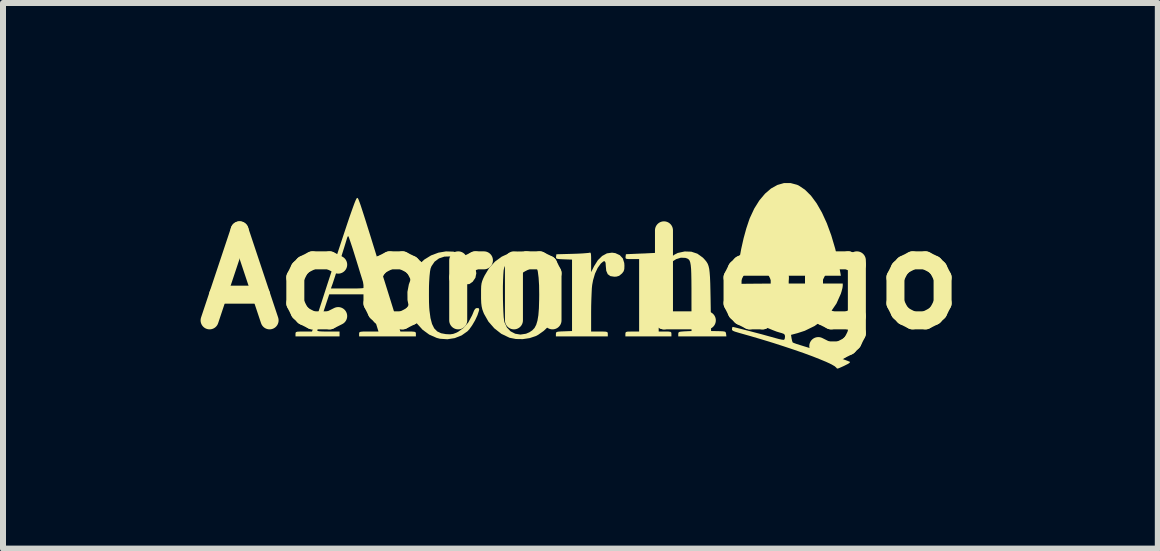
<source format=kicad_pcb>
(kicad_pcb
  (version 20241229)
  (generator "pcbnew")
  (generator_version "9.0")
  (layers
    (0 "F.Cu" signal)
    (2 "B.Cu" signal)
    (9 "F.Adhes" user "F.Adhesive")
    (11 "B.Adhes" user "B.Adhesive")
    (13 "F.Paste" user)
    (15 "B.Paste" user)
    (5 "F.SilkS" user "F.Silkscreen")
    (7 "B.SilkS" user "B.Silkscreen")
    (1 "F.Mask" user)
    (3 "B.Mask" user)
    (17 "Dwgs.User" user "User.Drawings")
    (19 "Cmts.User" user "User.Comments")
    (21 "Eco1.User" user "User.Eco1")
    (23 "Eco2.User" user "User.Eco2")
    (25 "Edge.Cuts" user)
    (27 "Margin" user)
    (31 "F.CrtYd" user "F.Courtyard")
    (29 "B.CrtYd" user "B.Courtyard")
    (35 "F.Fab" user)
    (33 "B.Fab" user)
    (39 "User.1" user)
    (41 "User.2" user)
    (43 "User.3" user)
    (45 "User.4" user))
  (footprint "Acorn Logo"
    (layer "F.Cu")
    (at 6.621 1.61)
    (property "Reference" "Acorn Logo" (at 0 0 0) (layer "F.SilkS") (effects (font (size 1.5 1.5) (thickness 0.3))))
    (attr board_only exclude_from_pos_files exclude_from_bom)
    (fp_poly (pts (xy 3.61 -1.581) (xy 3.639 -1.568) (xy 3.742 -1.499) (xy 3.842 -1.4) (xy 3.936 -1.273) (xy 4.025 -1.118) (xy 4.107 -0.939) (xy 4.181 -0.737) (xy 4.247 -0.514) (xy 4.303 -0.272) (xy 4.33 -0.126) (xy 4.341 -0.065) (xy 3.476 -0.065) (xy 2.611 -0.065) (xy 2.62 -0.143) (xy 2.646 -0.327) (xy 2.68 -0.512) (xy 2.72 -0.69) (xy 2.765 -0.854) (xy 2.812 -0.995) (xy 2.823 -1.025) (xy 2.897 -1.184) (xy 2.982 -1.32) (xy 3.076 -1.432) (xy 3.177 -1.519) (xy 3.283 -1.578) (xy 3.391 -1.609) (xy 3.501 -1.61)) (stroke (width 0) (type solid)) (fill yes) (layer "F.SilkS"))
    (fp_poly (pts (xy 0.172 -0.443) (xy 0.177 -0.418) (xy 0.179 -0.372) (xy 0.179 -0.299) (xy 0.179 -0.293) (xy 0.179 -0.125) (xy 0.229 -0.225) (xy 0.291 -0.324) (xy 0.363 -0.395) (xy 0.442 -0.438) (xy 0.527 -0.45) (xy 0.583 -0.442) (xy 0.657 -0.408) (xy 0.707 -0.354) (xy 0.731 -0.278) (xy 0.734 -0.234) (xy 0.732 -0.177) (xy 0.721 -0.14) (xy 0.697 -0.107) (xy 0.686 -0.097) (xy 0.646 -0.064) (xy 0.602 -0.051) (xy 0.565 -0.049) (xy 0.5 -0.059) (xy 0.456 -0.091) (xy 0.431 -0.148) (xy 0.424 -0.222) (xy 0.42 -0.28) (xy 0.407 -0.307) (xy 0.383 -0.304) (xy 0.345 -0.272) (xy 0.338 -0.265) (xy 0.288 -0.195) (xy 0.244 -0.101) (xy 0.212 0.007) (xy 0.197 0.087) (xy 0.191 0.144) (xy 0.187 0.227) (xy 0.183 0.326) (xy 0.18 0.434) (xy 0.179 0.54) (xy 0.179 0.865) (xy 0.318 0.865) (xy 0.385 0.865) (xy 0.426 0.867) (xy 0.448 0.874) (xy 0.456 0.886) (xy 0.457 0.905) (xy 0.457 0.946) (xy 0.024 0.946) (xy -0.408 0.946) (xy -0.408 0.906) (xy -0.406 0.886) (xy -0.397 0.874) (xy -0.374 0.867) (xy -0.33 0.863) (xy -0.273 0.861) (xy -0.139 0.856) (xy -0.139 0.261) (xy -0.139 -0.334) (xy -0.274 -0.339) (xy -0.34 -0.342) (xy -0.38 -0.346) (xy -0.4 -0.353) (xy -0.406 -0.366) (xy -0.405 -0.383) (xy -0.4 -0.423) (xy -0.139 -0.43) (xy -0.048 -0.433) (xy 0.033 -0.437) (xy 0.097 -0.442) (xy 0.139 -0.446) (xy 0.151 -0.449) (xy 0.164 -0.451)) (stroke (width 0) (type solid)) (fill yes) (layer "F.SilkS"))
    (fp_poly (pts (xy -2.117 -0.467) (xy -2.002 -0.437) (xy -1.9 -0.382) (xy -1.859 -0.348) (xy -1.789 -0.268) (xy -1.747 -0.186) (xy -1.734 -0.106) (xy -1.749 -0.032) (xy -1.794 0.034) (xy -1.794 0.035) (xy -1.85 0.073) (xy -1.911 0.079) (xy -1.974 0.054) (xy -2.027 0.007) (xy -2.052 -0.055) (xy -2.048 -0.127) (xy -2.015 -0.205) (xy -1.993 -0.251) (xy -1.983 -0.288) (xy -1.983 -0.3) (xy -2.014 -0.337) (xy -2.07 -0.366) (xy -2.146 -0.385) (xy -2.163 -0.387) (xy -2.266 -0.384) (xy -2.356 -0.354) (xy -2.429 -0.3) (xy -2.481 -0.224) (xy -2.497 -0.183) (xy -2.506 -0.132) (xy -2.514 -0.056) (xy -2.52 0.039) (xy -2.524 0.145) (xy -2.525 0.256) (xy -2.523 0.363) (xy -2.519 0.461) (xy -2.515 0.511) (xy -2.498 0.639) (xy -2.472 0.738) (xy -2.436 0.811) (xy -2.386 0.862) (xy -2.321 0.893) (xy -2.239 0.908) (xy -2.233 0.908) (xy -2.169 0.911) (xy -2.12 0.904) (xy -2.071 0.886) (xy -2.039 0.87) (xy -1.946 0.804) (xy -1.867 0.712) (xy -1.805 0.596) (xy -1.793 0.568) (xy -1.771 0.514) (xy -1.752 0.485) (xy -1.731 0.474) (xy -1.719 0.473) (xy -1.692 0.477) (xy -1.686 0.496) (xy -1.69 0.518) (xy -1.715 0.593) (xy -1.754 0.677) (xy -1.802 0.759) (xy -1.851 0.828) (xy -1.881 0.86) (xy -1.979 0.929) (xy -2.093 0.974) (xy -2.215 0.993) (xy -2.338 0.985) (xy -2.393 0.971) (xy -2.518 0.916) (xy -2.629 0.835) (xy -2.723 0.731) (xy -2.799 0.611) (xy -2.853 0.479) (xy -2.881 0.339) (xy -2.882 0.204) (xy -2.858 0.078) (xy -2.812 -0.047) (xy -2.75 -0.165) (xy -2.674 -0.266) (xy -2.603 -0.333) (xy -2.488 -0.404) (xy -2.365 -0.45) (xy -2.24 -0.471)) (stroke (width 0) (type solid)) (fill yes) (layer "F.SilkS"))
    (fp_poly (pts (xy -0.787 -0.442) (xy -0.694 -0.404) (xy -0.616 -0.352) (xy -0.535 -0.28) (xy -0.46 -0.195) (xy -0.401 -0.107) (xy -0.39 -0.086) (xy -0.368 -0.041) (xy -0.352 -0.005) (xy -0.343 0.031) (xy -0.337 0.074) (xy -0.335 0.133) (xy -0.335 0.213) (xy -0.335 0.244) (xy -0.335 0.334) (xy -0.337 0.399) (xy -0.341 0.447) (xy -0.35 0.486) (xy -0.364 0.524) (xy -0.384 0.569) (xy -0.387 0.576) (xy -0.445 0.673) (xy -0.522 0.769) (xy -0.611 0.854) (xy -0.703 0.919) (xy -0.743 0.94) (xy -0.845 0.974) (xy -0.96 0.991) (xy -1.074 0.989) (xy -1.177 0.969) (xy -1.187 0.965) (xy -1.318 0.902) (xy -1.434 0.811) (xy -1.532 0.699) (xy -1.606 0.569) (xy -1.617 0.542) (xy -1.634 0.495) (xy -1.645 0.447) (xy -1.652 0.39) (xy -1.655 0.316) (xy -1.655 0.253) (xy -1.655 0.219) (xy -1.291 0.219) (xy -1.29 0.332) (xy -1.287 0.442) (xy -1.283 0.541) (xy -1.278 0.624) (xy -1.27 0.686) (xy -1.265 0.71) (xy -1.224 0.797) (xy -1.163 0.861) (xy -1.086 0.901) (xy -0.999 0.915) (xy -0.906 0.901) (xy -0.848 0.876) (xy -0.802 0.845) (xy -0.764 0.805) (xy -0.736 0.752) (xy -0.715 0.682) (xy -0.7 0.592) (xy -0.691 0.478) (xy -0.687 0.337) (xy -0.686 0.253) (xy -0.688 0.096) (xy -0.696 -0.032) (xy -0.709 -0.134) (xy -0.728 -0.214) (xy -0.756 -0.275) (xy -0.792 -0.32) (xy -0.838 -0.352) (xy -0.855 -0.36) (xy -0.948 -0.387) (xy -1.041 -0.387) (xy -1.126 -0.36) (xy -1.198 -0.31) (xy -1.252 -0.239) (xy -1.271 -0.194) (xy -1.279 -0.152) (xy -1.284 -0.084) (xy -1.288 0.005) (xy -1.291 0.108) (xy -1.291 0.219) (xy -1.655 0.219) (xy -1.655 0.169) (xy -1.653 0.109) (xy -1.647 0.063) (xy -1.636 0.023) (xy -1.619 -0.02) (xy -1.597 -0.066) (xy -1.52 -0.195) (xy -1.423 -0.301) (xy -1.311 -0.383) (xy -1.188 -0.44) (xy -1.057 -0.469) (xy -0.922 -0.471)) (stroke (width 0) (type solid)) (fill yes) (layer "F.SilkS"))
    (fp_poly (pts (xy 4.372 0.103) (xy 4.367 0.139) (xy 4.353 0.193) (xy 4.34 0.235) (xy 4.267 0.398) (xy 4.168 0.543) (xy 4.045 0.669) (xy 3.901 0.773) (xy 3.739 0.852) (xy 3.619 0.891) (xy 3.51 0.92) (xy 3.519 0.978) (xy 3.528 1.019) (xy 3.537 1.045) (xy 3.538 1.046) (xy 3.557 1.055) (xy 3.6 1.071) (xy 3.661 1.09) (xy 3.719 1.108) (xy 3.807 1.135) (xy 3.906 1.167) (xy 4.01 1.201) (xy 4.115 1.235) (xy 4.216 1.27) (xy 4.308 1.301) (xy 4.387 1.329) (xy 4.447 1.351) (xy 4.484 1.366) (xy 4.493 1.371) (xy 4.487 1.385) (xy 4.455 1.406) (xy 4.403 1.432) (xy 4.398 1.435) (xy 4.338 1.462) (xy 4.303 1.477) (xy 4.283 1.482) (xy 4.274 1.479) (xy 4.267 1.47) (xy 4.266 1.468) (xy 4.238 1.443) (xy 4.181 1.41) (xy 4.098 1.371) (xy 3.992 1.327) (xy 3.866 1.277) (xy 3.722 1.224) (xy 3.563 1.169) (xy 3.392 1.112) (xy 3.212 1.054) (xy 3.026 0.997) (xy 2.836 0.941) (xy 2.645 0.887) (xy 2.635 0.884) (xy 2.575 0.866) (xy 2.541 0.852) (xy 2.527 0.837) (xy 2.526 0.822) (xy 2.532 0.795) (xy 2.535 0.788) (xy 2.551 0.79) (xy 2.594 0.8) (xy 2.657 0.816) (xy 2.736 0.836) (xy 2.826 0.859) (xy 2.921 0.884) (xy 3.017 0.909) (xy 3.107 0.934) (xy 3.187 0.956) (xy 3.244 0.972) (xy 3.307 0.989) (xy 3.358 1) (xy 3.39 1.003) (xy 3.395 1.002) (xy 3.406 0.981) (xy 3.41 0.948) (xy 3.406 0.921) (xy 3.391 0.904) (xy 3.357 0.891) (xy 3.324 0.882) (xy 3.271 0.866) (xy 3.201 0.839) (xy 3.124 0.807) (xy 3.083 0.787) (xy 2.931 0.699) (xy 2.804 0.59) (xy 2.703 0.462) (xy 2.653 0.373) (xy 2.625 0.306) (xy 2.601 0.236) (xy 2.582 0.171) (xy 2.572 0.116) (xy 2.571 0.081) (xy 2.574 0.074) (xy 2.592 0.072) (xy 2.639 0.071) (xy 2.713 0.069) (xy 2.81 0.068) (xy 2.928 0.067) (xy 3.064 0.066) (xy 3.214 0.066) (xy 3.377 0.065) (xy 3.477 0.065) (xy 4.372 0.065)) (stroke (width 0) (type solid)) (fill yes) (layer "F.SilkS"))
    (fp_poly (pts (xy 1.849 -0.466) (xy 1.949 -0.433) (xy 2.037 -0.37) (xy 2.051 -0.357) (xy 2.08 -0.325) (xy 2.103 -0.296) (xy 2.122 -0.264) (xy 2.136 -0.226) (xy 2.147 -0.179) (xy 2.154 -0.118) (xy 2.16 -0.04) (xy 2.164 0.059) (xy 2.167 0.183) (xy 2.17 0.336) (xy 2.17 0.343) (xy 2.178 0.856) (xy 2.3 0.858) (xy 2.363 0.86) (xy 2.399 0.864) (xy 2.418 0.872) (xy 2.425 0.888) (xy 2.428 0.903) (xy 2.433 0.946) (xy 2.032 0.946) (xy 1.631 0.946) (xy 1.631 0.906) (xy 1.633 0.885) (xy 1.645 0.872) (xy 1.672 0.866) (xy 1.722 0.862) (xy 1.741 0.861) (xy 1.852 0.856) (xy 1.851 0.302) (xy 1.851 0.141) (xy 1.85 0.009) (xy 1.848 -0.096) (xy 1.845 -0.178) (xy 1.839 -0.24) (xy 1.831 -0.285) (xy 1.82 -0.317) (xy 1.805 -0.337) (xy 1.786 -0.35) (xy 1.762 -0.359) (xy 1.748 -0.363) (xy 1.675 -0.366) (xy 1.597 -0.342) (xy 1.521 -0.295) (xy 1.451 -0.228) (xy 1.399 -0.152) (xy 1.371 -0.095) (xy 1.348 -0.04) (xy 1.332 0.019) (xy 1.32 0.088) (xy 1.312 0.171) (xy 1.307 0.273) (xy 1.305 0.399) (xy 1.305 0.493) (xy 1.305 0.865) (xy 1.411 0.865) (xy 1.468 0.865) (xy 1.5 0.869) (xy 1.514 0.88) (xy 1.517 0.899) (xy 1.517 0.905) (xy 1.517 0.946) (xy 1.134 0.946) (xy 0.75 0.946) (xy 0.75 0.905) (xy 0.752 0.884) (xy 0.762 0.872) (xy 0.787 0.866) (xy 0.834 0.865) (xy 0.865 0.865) (xy 0.979 0.865) (xy 0.979 0.261) (xy 0.979 -0.343) (xy 0.864 -0.343) (xy 0.804 -0.343) (xy 0.77 -0.346) (xy 0.755 -0.355) (xy 0.752 -0.371) (xy 0.753 -0.383) (xy 0.759 -0.424) (xy 0.987 -0.434) (xy 1.073 -0.437) (xy 1.151 -0.441) (xy 1.213 -0.444) (xy 1.251 -0.446) (xy 1.256 -0.446) (xy 1.297 -0.449) (xy 1.297 -0.29) (xy 1.298 -0.222) (xy 1.301 -0.169) (xy 1.304 -0.137) (xy 1.307 -0.13) (xy 1.32 -0.144) (xy 1.337 -0.177) (xy 1.339 -0.182) (xy 1.373 -0.24) (xy 1.428 -0.303) (xy 1.495 -0.364) (xy 1.563 -0.414) (xy 1.623 -0.445) (xy 1.739 -0.47)) (stroke (width 0) (type solid)) (fill yes) (layer "F.SilkS"))
    (fp_poly (pts (xy -3.716 -1.362) (xy -3.711 -1.359) (xy -3.706 -1.353) (xy -3.699 -1.34) (xy -3.69 -1.318) (xy -3.678 -1.286) (xy -3.662 -1.241) (xy -3.642 -1.18) (xy -3.617 -1.103) (xy -3.586 -1.006) (xy -3.549 -0.888) (xy -3.504 -0.745) (xy -3.452 -0.577) (xy -3.391 -0.381) (xy -3.361 -0.285) (xy -3.314 -0.135) (xy -3.266 0.016) (xy -3.22 0.163) (xy -3.177 0.301) (xy -3.139 0.423) (xy -3.107 0.526) (xy -3.082 0.602) (xy -3.081 0.608) (xy -2.999 0.865) (xy -2.87 0.865) (xy -2.806 0.865) (xy -2.767 0.868) (xy -2.748 0.875) (xy -2.741 0.889) (xy -2.741 0.905) (xy -2.741 0.946) (xy -3.214 0.946) (xy -3.687 0.946) (xy -3.687 0.905) (xy -3.686 0.887) (xy -3.679 0.875) (xy -3.66 0.868) (xy -3.623 0.865) (xy -3.562 0.865) (xy -3.525 0.865) (xy -3.364 0.865) (xy -3.401 0.746) (xy -3.422 0.681) (xy -3.448 0.597) (xy -3.477 0.505) (xy -3.498 0.436) (xy -3.558 0.245) (xy -3.872 0.245) (xy -4.185 0.245) (xy -4.281 0.534) (xy -4.312 0.627) (xy -4.339 0.709) (xy -4.361 0.777) (xy -4.377 0.823) (xy -4.384 0.844) (xy -4.38 0.853) (xy -4.356 0.86) (xy -4.308 0.863) (xy -4.234 0.865) (xy -4.202 0.865) (xy -4.013 0.865) (xy -4.013 0.905) (xy -4.013 0.946) (xy -4.38 0.946) (xy -4.747 0.946) (xy -4.747 0.905) (xy -4.746 0.886) (xy -4.738 0.874) (xy -4.716 0.867) (xy -4.675 0.865) (xy -4.609 0.865) (xy -4.472 0.865) (xy -4.306 0.355) (xy -4.239 0.147) (xy -4.157 0.147) (xy -3.871 0.147) (xy -3.768 0.147) (xy -3.694 0.146) (xy -3.643 0.143) (xy -3.612 0.14) (xy -3.598 0.134) (xy -3.594 0.126) (xy -3.596 0.12) (xy -3.603 0.098) (xy -3.619 0.049) (xy -3.641 -0.023) (xy -3.669 -0.112) (xy -3.7 -0.214) (xy -3.729 -0.308) (xy -3.763 -0.417) (xy -3.794 -0.516) (xy -3.822 -0.601) (xy -3.844 -0.666) (xy -3.859 -0.708) (xy -3.865 -0.723) (xy -3.878 -0.719) (xy -3.889 -0.691) (xy -3.889 -0.69) (xy -3.898 -0.66) (xy -3.915 -0.604) (xy -3.938 -0.529) (xy -3.966 -0.44) (xy -3.996 -0.342) (xy -4.028 -0.242) (xy -4.059 -0.146) (xy -4.087 -0.058) (xy -4.111 0.015) (xy -4.128 0.067) (xy -4.135 0.086) (xy -4.157 0.147) (xy -4.239 0.147) (xy -4.216 0.076) (xy -4.134 -0.174) (xy -4.062 -0.395) (xy -3.998 -0.59) (xy -3.942 -0.759) (xy -3.894 -0.904) (xy -3.853 -1.026) (xy -3.818 -1.126) (xy -3.789 -1.207) (xy -3.766 -1.27) (xy -3.748 -1.315) (xy -3.734 -1.344) (xy -3.725 -1.359) (xy -3.721 -1.362)) (stroke (width 0) (type solid)) (fill yes) (layer "F.SilkS")))
  (gr_rect
    (start -3 -3)
    (end 16.243 6.092)
    (stroke (width 0.1) (type default))
    (fill no)
    (layer "Edge.Cuts")))
</source>
